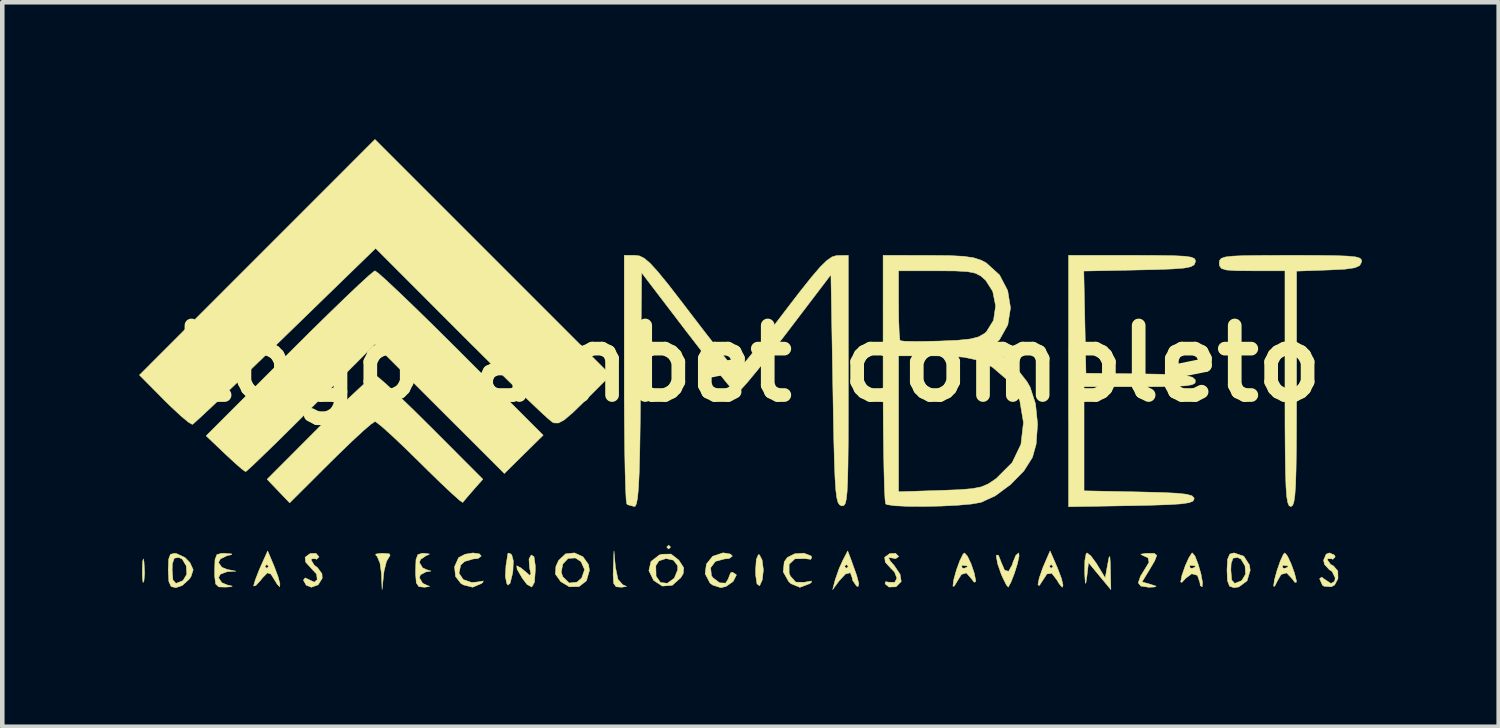
<source format=kicad_pcb>
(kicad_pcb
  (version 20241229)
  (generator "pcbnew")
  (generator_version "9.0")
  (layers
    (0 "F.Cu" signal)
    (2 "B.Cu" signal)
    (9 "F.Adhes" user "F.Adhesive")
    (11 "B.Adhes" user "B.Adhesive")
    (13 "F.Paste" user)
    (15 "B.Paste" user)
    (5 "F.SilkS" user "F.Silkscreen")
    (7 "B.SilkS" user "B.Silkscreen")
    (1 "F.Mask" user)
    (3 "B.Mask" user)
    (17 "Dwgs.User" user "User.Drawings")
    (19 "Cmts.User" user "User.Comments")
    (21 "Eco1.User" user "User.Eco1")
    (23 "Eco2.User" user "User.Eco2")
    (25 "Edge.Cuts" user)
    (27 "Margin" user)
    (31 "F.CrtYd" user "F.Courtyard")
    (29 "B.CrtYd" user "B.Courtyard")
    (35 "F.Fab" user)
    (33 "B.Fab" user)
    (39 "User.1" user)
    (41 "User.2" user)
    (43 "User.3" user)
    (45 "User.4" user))
  (footprint "Logo ambet completo"
    (layer "F.Cu")
    (at 13.337 4.916)
    (property "Reference" "Logo ambet completo" (at 0 0 0) (layer "F.SilkS") (effects (font (size 1.524 1.524) (thickness 0.3))))
    (attr through_hole)
    (fp_poly (pts (xy -1.693 4.022) (xy -1.736 4.064) (xy -1.778 4.022) (xy -1.736 3.979) (xy -1.693 4.022)) (stroke (width 0.01) (type solid)) (fill yes) (layer "F.SilkS"))
    (fp_poly (pts (xy -13.232 4.34) (xy -13.218 4.591) (xy -13.233 4.764) (xy -13.253 4.798) (xy -13.266 4.687) (xy -13.268 4.53) (xy -13.262 4.338) (xy -13.247 4.281) (xy -13.232 4.34)) (stroke (width 0.01) (type solid)) (fill yes) (layer "F.SilkS"))
    (fp_poly (pts (xy -5.205 4.166) (xy -5.173 4.195) (xy -5.139 4.323) (xy -5.148 4.542) (xy -5.16 4.614) (xy -5.21 4.815) (xy -5.259 4.855) (xy -5.283 4.817) (xy -5.314 4.665) (xy -5.3 4.424) (xy -5.256 4.153) (xy -5.205 4.166)) (stroke (width 0.01) (type solid)) (fill yes) (layer "F.SilkS"))
    (fp_poly (pts (xy -2.902 4.461) (xy -2.847 4.728) (xy -2.741 4.848) (xy -2.726 4.853) (xy -2.659 4.884) (xy -2.757 4.9) (xy -2.773 4.901) (xy -2.887 4.891) (xy -2.941 4.816) (xy -2.952 4.635) (xy -2.949 4.508) (xy -2.934 4.106) (xy -2.902 4.461)) (stroke (width 0.01) (type solid)) (fill yes) (layer "F.SilkS"))
    (fp_poly (pts (xy 0.254 4.191) (xy 0.312 4.304) (xy 0.338 4.508) (xy 0.339 4.53) (xy 0.316 4.739) (xy 0.26 4.864) (xy 0.254 4.868) (xy 0.2 4.828) (xy 0.172 4.643) (xy 0.169 4.53) (xy 0.185 4.292) (xy 0.229 4.189) (xy 0.254 4.191)) (stroke (width 0.01) (type solid)) (fill yes) (layer "F.SilkS"))
    (fp_poly (pts (xy -7.853 4.17) (xy -7.84 4.21) (xy -7.847 4.215) (xy -7.918 4.333) (xy -7.972 4.549) (xy -7.98 4.615) (xy -8.015 4.953) (xy -8.029 4.6) (xy -8.061 4.371) (xy -8.124 4.224) (xy -8.149 4.205) (xy -8.153 4.174) (xy -8.021 4.157) (xy -8.001 4.157) (xy -7.853 4.17)) (stroke (width 0.01) (type solid)) (fill yes) (layer "F.SilkS"))
    (fp_poly (pts (xy -4.687 4.23) (xy -4.658 4.427) (xy -4.657 4.525) (xy -4.676 4.792) (xy -4.735 4.896) (xy -4.839 4.84) (xy -4.943 4.702) (xy -5.056 4.506) (xy -5.065 4.43) (xy -4.97 4.48) (xy -4.904 4.535) (xy -4.781 4.64) (xy -4.753 4.615) (xy -4.784 4.473) (xy -4.796 4.284) (xy -4.748 4.195) (xy -4.687 4.23)) (stroke (width 0.01) (type solid)) (fill yes) (layer "F.SilkS"))
    (fp_poly (pts (xy 8.905 4.159) (xy 8.96 4.203) (xy 8.913 4.325) (xy 8.806 4.506) (xy 8.637 4.784) (xy 8.827 4.839) (xy 8.945 4.878) (xy 8.911 4.896) (xy 8.784 4.902) (xy 8.61 4.875) (xy 8.554 4.805) (xy 8.604 4.659) (xy 8.681 4.535) (xy 8.79 4.356) (xy 8.769 4.256) (xy 8.657 4.207) (xy 8.61 4.177) (xy 8.723 4.159) (xy 8.742 4.158) (xy 8.905 4.159)) (stroke (width 0.01) (type solid)) (fill yes) (layer "F.SilkS"))
    (fp_poly (pts (xy 5.943 4.218) (xy 5.906 4.386) (xy 5.841 4.595) (xy 5.766 4.788) (xy 5.706 4.899) (xy 5.663 4.849) (xy 5.583 4.687) (xy 5.549 4.608) (xy 5.472 4.385) (xy 5.444 4.223) (xy 5.449 4.197) (xy 5.49 4.2) (xy 5.543 4.333) (xy 5.544 4.339) (xy 5.625 4.528) (xy 5.713 4.553) (xy 5.793 4.412) (xy 5.807 4.36) (xy 5.872 4.202) (xy 5.935 4.149) (xy 5.943 4.218)) (stroke (width 0.01) (type solid)) (fill yes) (layer "F.SilkS"))
    (fp_poly (pts (xy 7.515 4.214) (xy 7.635 4.377) (xy 7.664 4.424) (xy 7.83 4.699) (xy 7.883 4.403) (xy 7.914 4.246) (xy 7.932 4.228) (xy 7.941 4.361) (xy 7.945 4.53) (xy 7.954 4.953) (xy 7.709 4.658) (xy 7.464 4.362) (xy 7.429 4.658) (xy 7.407 4.809) (xy 7.394 4.813) (xy 7.384 4.66) (xy 7.38 4.551) (xy 7.384 4.317) (xy 7.411 4.172) (xy 7.432 4.149) (xy 7.515 4.214)) (stroke (width 0.01) (type solid)) (fill yes) (layer "F.SilkS"))
    (fp_poly (pts (xy -5.883 4.17) (xy -5.842 4.219) (xy -5.913 4.272) (xy -6.021 4.282) (xy -6.209 4.338) (xy -6.292 4.417) (xy -6.33 4.593) (xy -6.237 4.733) (xy -6.054 4.797) (xy -5.933 4.787) (xy -5.797 4.764) (xy -5.81 4.799) (xy -5.842 4.822) (xy -6.031 4.901) (xy -6.229 4.851) (xy -6.287 4.819) (xy -6.406 4.665) (xy -6.427 4.451) (xy -6.341 4.259) (xy -6.333 4.25) (xy -6.198 4.179) (xy -6.024 4.15) (xy -5.883 4.17)) (stroke (width 0.01) (type solid)) (fill yes) (layer "F.SilkS"))
    (fp_poly (pts (xy 1.381 4.214) (xy 1.399 4.237) (xy 1.381 4.29) (xy 1.25 4.274) (xy 1.03 4.279) (xy 0.904 4.399) (xy 0.904 4.593) (xy 0.932 4.659) (xy 1.049 4.789) (xy 1.228 4.794) (xy 1.256 4.789) (xy 1.396 4.765) (xy 1.387 4.799) (xy 1.355 4.822) (xy 1.14 4.904) (xy 0.947 4.825) (xy 0.895 4.778) (xy 0.775 4.565) (xy 0.797 4.345) (xy 0.864 4.25) (xy 1.027 4.168) (xy 1.228 4.155) (xy 1.381 4.214)) (stroke (width 0.01) (type solid)) (fill yes) (layer "F.SilkS"))
    (fp_poly (pts (xy 2.268 4.318) (xy 2.383 4.64) (xy 2.431 4.824) (xy 2.415 4.886) (xy 2.38 4.874) (xy 2.293 4.746) (xy 2.286 4.694) (xy 2.245 4.583) (xy 2.139 4.611) (xy 1.998 4.763) (xy 1.858 4.953) (xy 1.913 4.741) (xy 1.998 4.496) (xy 2.021 4.445) (xy 2.117 4.445) (xy 2.159 4.487) (xy 2.201 4.445) (xy 2.159 4.403) (xy 2.117 4.445) (xy 2.021 4.445) (xy 2.078 4.318) (xy 2.188 4.106) (xy 2.268 4.318)) (stroke (width 0.01) (type solid)) (fill yes) (layer "F.SilkS"))
    (fp_poly (pts (xy 6.784 4.479) (xy 6.871 4.708) (xy 6.906 4.858) (xy 6.888 4.903) (xy 6.818 4.82) (xy 6.777 4.749) (xy 6.66 4.596) (xy 6.553 4.61) (xy 6.453 4.763) (xy 6.385 4.867) (xy 6.356 4.844) (xy 6.384 4.702) (xy 6.46 4.482) (xy 6.476 4.445) (xy 6.604 4.445) (xy 6.646 4.487) (xy 6.689 4.445) (xy 6.646 4.403) (xy 6.604 4.445) (xy 6.476 4.445) (xy 6.486 4.421) (xy 6.622 4.106) (xy 6.784 4.479)) (stroke (width 0.01) (type solid)) (fill yes) (layer "F.SilkS"))
    (fp_poly (pts (xy -10.383 4.434) (xy -10.296 4.666) (xy -10.253 4.827) (xy -10.259 4.892) (xy -10.316 4.832) (xy -10.344 4.784) (xy -10.45 4.614) (xy -10.529 4.587) (xy -10.636 4.696) (xy -10.672 4.743) (xy -10.78 4.862) (xy -10.829 4.875) (xy -10.829 4.868) (xy -10.794 4.744) (xy -10.712 4.533) (xy -10.674 4.445) (xy -10.583 4.445) (xy -10.541 4.487) (xy -10.499 4.445) (xy -10.541 4.403) (xy -10.583 4.445) (xy -10.674 4.445) (xy -10.522 4.106) (xy -10.383 4.434)) (stroke (width 0.01) (type solid)) (fill yes) (layer "F.SilkS"))
    (fp_poly (pts (xy 3.302 4.225) (xy 3.302 4.231) (xy 3.238 4.275) (xy 3.154 4.259) (xy 3.08 4.25) (xy 3.121 4.328) (xy 3.207 4.427) (xy 3.335 4.618) (xy 3.36 4.774) (xy 3.358 4.779) (xy 3.245 4.892) (xy 3.092 4.897) (xy 3.006 4.827) (xy 3.02 4.778) (xy 3.077 4.79) (xy 3.217 4.795) (xy 3.266 4.703) (xy 3.213 4.567) (xy 3.133 4.487) (xy 3.011 4.352) (xy 2.998 4.245) (xy 3.107 4.165) (xy 3.236 4.157) (xy 3.302 4.225)) (stroke (width 0.01) (type solid)) (fill yes) (layer "F.SilkS"))
    (fp_poly (pts (xy -11.451 4.16) (xy -11.306 4.172) (xy -11.322 4.19) (xy -11.409 4.208) (xy -11.558 4.281) (xy -11.599 4.36) (xy -11.527 4.464) (xy -11.409 4.512) (xy -11.218 4.549) (xy -11.409 4.56) (xy -11.558 4.615) (xy -11.599 4.693) (xy -11.527 4.802) (xy -11.409 4.851) (xy -11.297 4.878) (xy -11.342 4.892) (xy -11.451 4.899) (xy -11.594 4.894) (xy -11.662 4.83) (xy -11.683 4.663) (xy -11.684 4.53) (xy -11.676 4.296) (xy -11.635 4.187) (xy -11.532 4.158) (xy -11.451 4.16)) (stroke (width 0.01) (type solid)) (fill yes) (layer "F.SilkS"))
    (fp_poly (pts (xy -9.398 4.234) (xy -9.398 4.238) (xy -9.45 4.289) (xy -9.483 4.276) (xy -9.561 4.28) (xy -9.567 4.309) (xy -9.502 4.418) (xy -9.432 4.47) (xy -9.332 4.606) (xy -9.327 4.706) (xy -9.416 4.848) (xy -9.565 4.902) (xy -9.677 4.857) (xy -9.739 4.747) (xy -9.7 4.696) (xy -9.617 4.735) (xy -9.5 4.791) (xy -9.436 4.734) (xy -9.45 4.613) (xy -9.567 4.487) (xy -9.689 4.352) (xy -9.702 4.245) (xy -9.591 4.163) (xy -9.463 4.159) (xy -9.398 4.234)) (stroke (width 0.01) (type solid)) (fill yes) (layer "F.SilkS"))
    (fp_poly (pts (xy -7.091 4.158) (xy -6.976 4.173) (xy -7.024 4.2) (xy -7.048 4.207) (xy -7.174 4.294) (xy -7.197 4.36) (xy -7.127 4.476) (xy -7.048 4.514) (xy -6.944 4.546) (xy -7.004 4.559) (xy -7.048 4.562) (xy -7.174 4.628) (xy -7.197 4.693) (xy -7.126 4.814) (xy -7.048 4.852) (xy -6.973 4.883) (xy -7.06 4.899) (xy -7.091 4.901) (xy -7.209 4.888) (xy -7.265 4.806) (xy -7.281 4.611) (xy -7.281 4.53) (xy -7.272 4.295) (xy -7.23 4.185) (xy -7.131 4.157) (xy -7.091 4.158)) (stroke (width 0.01) (type solid)) (fill yes) (layer "F.SilkS"))
    (fp_poly (pts (xy -3.614 4.233) (xy -3.492 4.404) (xy -3.471 4.53) (xy -3.537 4.76) (xy -3.7 4.887) (xy -3.911 4.892) (xy -4.1 4.778) (xy -4.217 4.615) (xy -4.214 4.569) (xy -4.089 4.569) (xy -4.058 4.668) (xy -3.915 4.809) (xy -3.743 4.789) (xy -3.642 4.7) (xy -3.578 4.515) (xy -3.656 4.34) (xy -3.778 4.26) (xy -3.939 4.27) (xy -4.055 4.392) (xy -4.089 4.569) (xy -4.214 4.569) (xy -4.206 4.443) (xy -4.146 4.312) (xy -3.994 4.17) (xy -3.799 4.149) (xy -3.614 4.233)) (stroke (width 0.01) (type solid)) (fill yes) (layer "F.SilkS"))
    (fp_poly (pts (xy -1.52 4.302) (xy -1.507 4.317) (xy -1.405 4.475) (xy -1.417 4.603) (xy -1.468 4.69) (xy -1.658 4.86) (xy -1.875 4.876) (xy -2.065 4.751) (xy -2.169 4.538) (xy -2.144 4.429) (xy -2.017 4.429) (xy -2.011 4.66) (xy -1.915 4.797) (xy -1.765 4.815) (xy -1.612 4.703) (xy -1.538 4.521) (xy -1.539 4.428) (xy -1.631 4.308) (xy -1.793 4.273) (xy -1.948 4.323) (xy -2.017 4.429) (xy -2.144 4.429) (xy -2.123 4.337) (xy -1.942 4.196) (xy -1.885 4.178) (xy -1.684 4.174) (xy -1.52 4.302)) (stroke (width 0.01) (type solid)) (fill yes) (layer "F.SilkS"))
    (fp_poly (pts (xy -0.382 4.175) (xy -0.339 4.219) (xy -0.41 4.272) (xy -0.518 4.282) (xy -0.712 4.335) (xy -0.816 4.475) (xy -0.798 4.647) (xy -0.768 4.692) (xy -0.619 4.805) (xy -0.486 4.811) (xy -0.424 4.71) (xy -0.423 4.699) (xy -0.378 4.586) (xy -0.339 4.572) (xy -0.256 4.624) (xy -0.254 4.64) (xy -0.324 4.776) (xy -0.48 4.885) (xy -0.593 4.911) (xy -0.77 4.854) (xy -0.83 4.809) (xy -0.936 4.606) (xy -0.908 4.393) (xy -0.771 4.223) (xy -0.548 4.149) (xy -0.533 4.149) (xy -0.382 4.175)) (stroke (width 0.01) (type solid)) (fill yes) (layer "F.SilkS"))
    (fp_poly (pts (xy 4.811 4.22) (xy 4.891 4.389) (xy 4.96 4.591) (xy 4.993 4.759) (xy 4.993 4.775) (xy 4.958 4.792) (xy 4.904 4.72) (xy 4.788 4.588) (xy 4.679 4.621) (xy 4.591 4.763) (xy 4.521 4.878) (xy 4.493 4.878) (xy 4.512 4.732) (xy 4.57 4.524) (xy 4.604 4.431) (xy 4.685 4.431) (xy 4.697 4.481) (xy 4.741 4.487) (xy 4.811 4.456) (xy 4.798 4.431) (xy 4.697 4.421) (xy 4.685 4.431) (xy 4.604 4.431) (xy 4.645 4.319) (xy 4.715 4.177) (xy 4.746 4.149) (xy 4.811 4.22)) (stroke (width 0.01) (type solid)) (fill yes) (layer "F.SilkS"))
    (fp_poly (pts (xy 9.798 4.221) (xy 9.866 4.396) (xy 9.928 4.609) (xy 9.962 4.796) (xy 9.954 4.891) (xy 9.913 4.867) (xy 9.906 4.803) (xy 9.851 4.641) (xy 9.725 4.606) (xy 9.597 4.702) (xy 9.51 4.795) (xy 9.483 4.785) (xy 9.511 4.642) (xy 9.579 4.446) (xy 9.585 4.431) (xy 9.68 4.431) (xy 9.692 4.481) (xy 9.737 4.487) (xy 9.806 4.456) (xy 9.793 4.431) (xy 9.693 4.421) (xy 9.68 4.431) (xy 9.585 4.431) (xy 9.66 4.262) (xy 9.727 4.156) (xy 9.74 4.149) (xy 9.798 4.221)) (stroke (width 0.01) (type solid)) (fill yes) (layer "F.SilkS"))
    (fp_poly (pts (xy 10.867 4.222) (xy 10.991 4.414) (xy 11.007 4.53) (xy 10.938 4.761) (xy 10.759 4.894) (xy 10.651 4.911) (xy 10.555 4.879) (xy 10.509 4.758) (xy 10.499 4.53) (xy 10.499 4.523) (xy 10.583 4.523) (xy 10.601 4.743) (xy 10.667 4.817) (xy 10.803 4.764) (xy 10.824 4.752) (xy 10.905 4.616) (xy 10.894 4.434) (xy 10.806 4.286) (xy 10.732 4.249) (xy 10.631 4.264) (xy 10.589 4.385) (xy 10.583 4.523) (xy 10.499 4.523) (xy 10.511 4.289) (xy 10.56 4.175) (xy 10.651 4.149) (xy 10.867 4.222)) (stroke (width 0.01) (type solid)) (fill yes) (layer "F.SilkS"))
    (fp_poly (pts (xy 11.824 4.219) (xy 11.903 4.387) (xy 11.976 4.587) (xy 12.018 4.754) (xy 12.02 4.79) (xy 11.985 4.794) (xy 11.931 4.72) (xy 11.805 4.587) (xy 11.685 4.621) (xy 11.602 4.763) (xy 11.543 4.879) (xy 11.52 4.878) (xy 11.539 4.738) (xy 11.595 4.533) (xy 11.631 4.431) (xy 11.712 4.431) (xy 11.724 4.481) (xy 11.769 4.487) (xy 11.838 4.456) (xy 11.825 4.431) (xy 11.725 4.421) (xy 11.712 4.431) (xy 11.631 4.431) (xy 11.667 4.326) (xy 11.734 4.181) (xy 11.765 4.149) (xy 11.824 4.219)) (stroke (width 0.01) (type solid)) (fill yes) (layer "F.SilkS"))
    (fp_poly (pts (xy 12.855 4.197) (xy 12.869 4.238) (xy 12.817 4.289) (xy 12.785 4.276) (xy 12.706 4.277) (xy 12.7 4.304) (xy 12.768 4.4) (xy 12.833 4.436) (xy 12.927 4.545) (xy 12.931 4.711) (xy 12.856 4.853) (xy 12.781 4.892) (xy 12.63 4.881) (xy 12.59 4.857) (xy 12.531 4.723) (xy 12.531 4.71) (xy 12.574 4.68) (xy 12.632 4.724) (xy 12.777 4.82) (xy 12.859 4.771) (xy 12.869 4.696) (xy 12.801 4.555) (xy 12.742 4.518) (xy 12.635 4.402) (xy 12.615 4.309) (xy 12.671 4.177) (xy 12.742 4.149) (xy 12.855 4.197)) (stroke (width 0.01) (type solid)) (fill yes) (layer "F.SilkS"))
    (fp_poly (pts (xy -12.519 4.164) (xy -12.331 4.253) (xy -12.224 4.364) (xy -12.154 4.519) (xy -12.201 4.665) (xy -12.24 4.724) (xy -12.396 4.865) (xy -12.535 4.911) (xy -12.638 4.885) (xy -12.687 4.778) (xy -12.7 4.549) (xy -12.7 4.524) (xy -12.7 4.523) (xy -12.615 4.523) (xy -12.598 4.743) (xy -12.532 4.817) (xy -12.395 4.764) (xy -12.375 4.752) (xy -12.294 4.616) (xy -12.305 4.434) (xy -12.393 4.286) (xy -12.467 4.249) (xy -12.568 4.264) (xy -12.61 4.385) (xy -12.615 4.523) (xy -12.7 4.523) (xy -12.692 4.288) (xy -12.652 4.18) (xy -12.562 4.159) (xy -12.519 4.164)) (stroke (width 0.01) (type solid)) (fill yes) (layer "F.SilkS"))
    (fp_poly (pts (xy -8.091 -1.974) (xy -7.908 -1.811) (xy -7.637 -1.556) (xy -7.293 -1.226) (xy -6.892 -0.834) (xy -6.449 -0.395) (xy -6.285 -0.231) (xy -4.485 1.57) (xy -4.911 1.99) (xy -5.336 2.409) (xy -6.754 0.993) (xy -8.172 -0.423) (xy -9.567 0.974) (xy -9.964 1.369) (xy -10.32 1.721) (xy -10.62 2.012) (xy -10.844 2.227) (xy -10.977 2.348) (xy -11.006 2.369) (xy -11.084 2.314) (xy -11.248 2.171) (xy -11.459 1.975) (xy -11.87 1.584) (xy -10.063 -0.224) (xy -9.608 -0.677) (xy -9.189 -1.088) (xy -8.822 -1.443) (xy -8.523 -1.727) (xy -8.306 -1.926) (xy -8.186 -2.024) (xy -8.17 -2.032) (xy -8.091 -1.974)) (stroke (width 0.01) (type solid)) (fill yes) (layer "F.SilkS"))
    (fp_poly (pts (xy -5.589 -2.329) (xy -3.007 0.253) (xy -3.566 0.813) (xy -3.838 1.077) (xy -4.023 1.235) (xy -4.15 1.303) (xy -4.247 1.301) (xy -4.285 1.283) (xy -4.383 1.202) (xy -4.584 1.017) (xy -4.873 0.742) (xy -5.232 0.393) (xy -5.647 -0.015) (xy -6.101 -0.466) (xy -6.301 -0.666) (xy -8.157 -2.525) (xy -10.131 -0.607) (xy -10.61 -0.142) (xy -11.051 0.283) (xy -11.439 0.654) (xy -11.76 0.959) (xy -11.999 1.182) (xy -12.14 1.309) (xy -12.172 1.334) (xy -12.256 1.287) (xy -12.428 1.144) (xy -12.657 0.93) (xy -12.785 0.804) (xy -13.332 0.252) (xy -10.752 -2.329) (xy -8.171 -4.911) (xy -5.589 -2.329)) (stroke (width 0.01) (type solid)) (fill yes) (layer "F.SilkS"))
    (fp_poly (pts (xy -8.086 0.311) (xy -7.903 0.471) (xy -7.641 0.714) (xy -7.321 1.022) (xy -6.963 1.377) (xy -6.945 1.394) (xy -5.807 2.535) (xy -6.015 2.77) (xy -6.157 2.934) (xy -6.241 3.035) (xy -6.247 3.044) (xy -6.312 3.001) (xy -6.474 2.857) (xy -6.714 2.632) (xy -7.009 2.345) (xy -7.18 2.176) (xy -7.501 1.861) (xy -7.784 1.593) (xy -8.004 1.394) (xy -8.141 1.285) (xy -8.17 1.27) (xy -8.256 1.327) (xy -8.438 1.483) (xy -8.692 1.719) (xy -8.995 2.012) (xy -9.146 2.161) (xy -10.04 3.052) (xy -10.287 2.794) (xy -10.534 2.536) (xy -9.396 1.395) (xy -9.036 1.039) (xy -8.713 0.728) (xy -8.449 0.481) (xy -8.261 0.317) (xy -8.172 0.254) (xy -8.17 0.254) (xy -8.086 0.311)) (stroke (width 0.01) (type solid)) (fill yes) (layer "F.SilkS"))
    (fp_poly (pts (xy 8.948 -2.369) (xy 9.32 -2.364) (xy 9.569 -2.352) (xy 9.718 -2.33) (xy 9.79 -2.297) (xy 9.808 -2.25) (xy 9.805 -2.223) (xy 9.778 -2.163) (xy 9.703 -2.121) (xy 9.557 -2.092) (xy 9.312 -2.073) (xy 8.943 -2.059) (xy 8.569 -2.051) (xy 7.361 -2.027) (xy 7.408 0.212) (xy 8.594 0.226) (xy 9.072 0.234) (xy 9.407 0.247) (xy 9.622 0.269) (xy 9.744 0.302) (xy 9.798 0.35) (xy 9.806 0.374) (xy 9.799 0.426) (xy 9.736 0.463) (xy 9.594 0.487) (xy 9.349 0.501) (xy 8.976 0.507) (xy 8.6 0.508) (xy 7.366 0.508) (xy 7.366 2.789) (xy 8.572 2.813) (xy 9.057 2.825) (xy 9.396 2.841) (xy 9.612 2.864) (xy 9.732 2.898) (xy 9.776 2.944) (xy 9.779 2.963) (xy 9.755 3.012) (xy 9.67 3.048) (xy 9.499 3.074) (xy 9.221 3.092) (xy 8.814 3.105) (xy 8.403 3.114) (xy 7.027 3.137) (xy 7.027 -2.371) (xy 8.431 -2.371) (xy 8.948 -2.369)) (stroke (width 0.01) (type solid)) (fill yes) (layer "F.SilkS"))
    (fp_poly (pts (xy 12.455 -2.37) (xy 12.86 -2.365) (xy 13.14 -2.355) (xy 13.316 -2.337) (xy 13.411 -2.309) (xy 13.447 -2.269) (xy 13.446 -2.223) (xy 13.406 -2.147) (xy 13.3 -2.099) (xy 13.093 -2.069) (xy 12.752 -2.051) (xy 12.72 -2.05) (xy 12.023 -2.025) (xy 12.023 0.554) (xy 12.022 1.291) (xy 12.019 1.876) (xy 12.012 2.325) (xy 12.002 2.656) (xy 11.986 2.885) (xy 11.965 3.029) (xy 11.938 3.106) (xy 11.903 3.132) (xy 11.896 3.133) (xy 11.859 3.115) (xy 11.831 3.049) (xy 11.808 2.919) (xy 11.792 2.707) (xy 11.781 2.397) (xy 11.774 1.972) (xy 11.77 1.414) (xy 11.769 0.707) (xy 11.769 0.55) (xy 11.769 -2.032) (xy 11.049 -2.032) (xy 10.699 -2.035) (xy 10.485 -2.05) (xy 10.375 -2.084) (xy 10.334 -2.145) (xy 10.329 -2.201) (xy 10.336 -2.261) (xy 10.373 -2.304) (xy 10.461 -2.335) (xy 10.623 -2.354) (xy 10.883 -2.365) (xy 11.262 -2.369) (xy 11.784 -2.371) (xy 11.902 -2.371) (xy 12.455 -2.37)) (stroke (width 0.01) (type solid)) (fill yes) (layer "F.SilkS"))
    (fp_poly (pts (xy -2.37 -2.357) (xy -2.266 -2.304) (xy -2.138 -2.194) (xy -1.97 -2.009) (xy -1.744 -1.732) (xy -1.444 -1.344) (xy -1.26 -1.103) (xy -0.955 -0.705) (xy -0.684 -0.358) (xy -0.463 -0.083) (xy -0.311 0.099) (xy -0.242 0.167) (xy -0.242 0.167) (xy -0.176 0.103) (xy -0.025 -0.075) (xy 0.194 -0.346) (xy 0.463 -0.691) (xy 0.767 -1.087) (xy 0.774 -1.097) (xy 1.121 -1.55) (xy 1.385 -1.882) (xy 1.582 -2.113) (xy 1.73 -2.258) (xy 1.845 -2.337) (xy 1.942 -2.366) (xy 1.968 -2.367) (xy 2.201 -2.371) (xy 2.201 0.387) (xy 2.201 1.144) (xy 2.199 1.748) (xy 2.194 2.217) (xy 2.186 2.566) (xy 2.174 2.814) (xy 2.156 2.976) (xy 2.133 3.069) (xy 2.102 3.111) (xy 2.063 3.118) (xy 2.053 3.117) (xy 2.011 3.097) (xy 1.976 3.045) (xy 1.949 2.942) (xy 1.927 2.771) (xy 1.91 2.514) (xy 1.896 2.152) (xy 1.883 1.668) (xy 1.871 1.044) (xy 1.863 0.571) (xy 1.82 -1.947) (xy 0.818 -0.63) (xy 0.506 -0.226) (xy 0.227 0.125) (xy -0.003 0.403) (xy -0.168 0.588) (xy -0.25 0.661) (xy -0.254 0.661) (xy -0.325 0.588) (xy -0.48 0.402) (xy -0.705 0.123) (xy -0.98 -0.229) (xy -1.29 -0.631) (xy -1.326 -0.677) (xy -2.328 -1.99) (xy -2.351 0.572) (xy -2.359 1.322) (xy -2.368 1.918) (xy -2.38 2.376) (xy -2.396 2.711) (xy -2.416 2.937) (xy -2.441 3.071) (xy -2.471 3.128) (xy -2.485 3.133) (xy -2.628 3.095) (xy -2.653 3.076) (xy -2.667 2.981) (xy -2.679 2.737) (xy -2.69 2.364) (xy -2.699 1.885) (xy -2.705 1.319) (xy -2.709 0.686) (xy -2.709 0.325) (xy -2.709 -2.371) (xy -2.466 -2.371) (xy -2.37 -2.357)) (stroke (width 0.01) (type solid)) (fill yes) (layer "F.SilkS"))
    (fp_poly (pts (xy 3.958 -2.37) (xy 4.408 -2.366) (xy 4.726 -2.35) (xy 4.95 -2.317) (xy 5.115 -2.263) (xy 5.224 -2.205) (xy 5.515 -1.941) (xy 5.693 -1.599) (xy 5.755 -1.22) (xy 5.696 -0.848) (xy 5.514 -0.522) (xy 5.381 -0.396) (xy 5.347 -0.317) (xy 5.401 -0.282) (xy 5.64 -0.13) (xy 5.897 0.116) (xy 6.117 0.399) (xy 6.184 0.515) (xy 6.303 0.883) (xy 6.348 1.325) (xy 6.317 1.764) (xy 6.236 2.056) (xy 6.048 2.353) (xy 5.757 2.65) (xy 5.422 2.898) (xy 5.107 3.042) (xy 4.901 3.078) (xy 4.596 3.105) (xy 4.235 3.123) (xy 3.858 3.131) (xy 3.507 3.129) (xy 3.224 3.116) (xy 3.05 3.091) (xy 3.02 3.076) (xy 3.006 2.981) (xy 2.993 2.737) (xy 2.983 2.364) (xy 2.974 1.885) (xy 2.967 1.319) (xy 2.964 0.686) (xy 2.963 0.325) (xy 2.963 -0.169) (xy 3.302 -0.169) (xy 3.302 2.809) (xy 4.219 2.78) (xy 4.632 2.764) (xy 4.917 2.741) (xy 5.115 2.702) (xy 5.266 2.638) (xy 5.413 2.54) (xy 5.447 2.514) (xy 5.79 2.172) (xy 5.983 1.772) (xy 6.039 1.292) (xy 5.957 0.805) (xy 5.728 0.397) (xy 5.363 0.083) (xy 5.228 0.01) (xy 4.994 -0.084) (xy 4.733 -0.139) (xy 4.394 -0.165) (xy 4.08 -0.169) (xy 3.302 -0.169) (xy 2.963 -0.169) (xy 2.963 -2.032) (xy 3.302 -2.032) (xy 3.302 -1.284) (xy 3.306 -0.947) (xy 3.316 -0.68) (xy 3.33 -0.524) (xy 3.337 -0.501) (xy 3.431 -0.489) (xy 3.656 -0.484) (xy 3.974 -0.487) (xy 4.205 -0.493) (xy 4.606 -0.511) (xy 4.876 -0.539) (xy 5.055 -0.585) (xy 5.181 -0.657) (xy 5.228 -0.698) (xy 5.383 -0.948) (xy 5.429 -1.264) (xy 5.365 -1.582) (xy 5.211 -1.824) (xy 5.103 -1.919) (xy 4.984 -1.98) (xy 4.815 -2.014) (xy 4.556 -2.029) (xy 4.168 -2.032) (xy 4.153 -2.032) (xy 3.302 -2.032) (xy 2.963 -2.032) (xy 2.963 -2.371) (xy 3.958 -2.37)) (stroke (width 0.01) (type solid)) (fill yes) (layer "F.SilkS")))
  (gr_rect
    (start -3 -3)
    (end 29.789 12.874)
    (stroke (width 0.1) (type default))
    (fill no)
    (layer "Edge.Cuts")))
</source>
